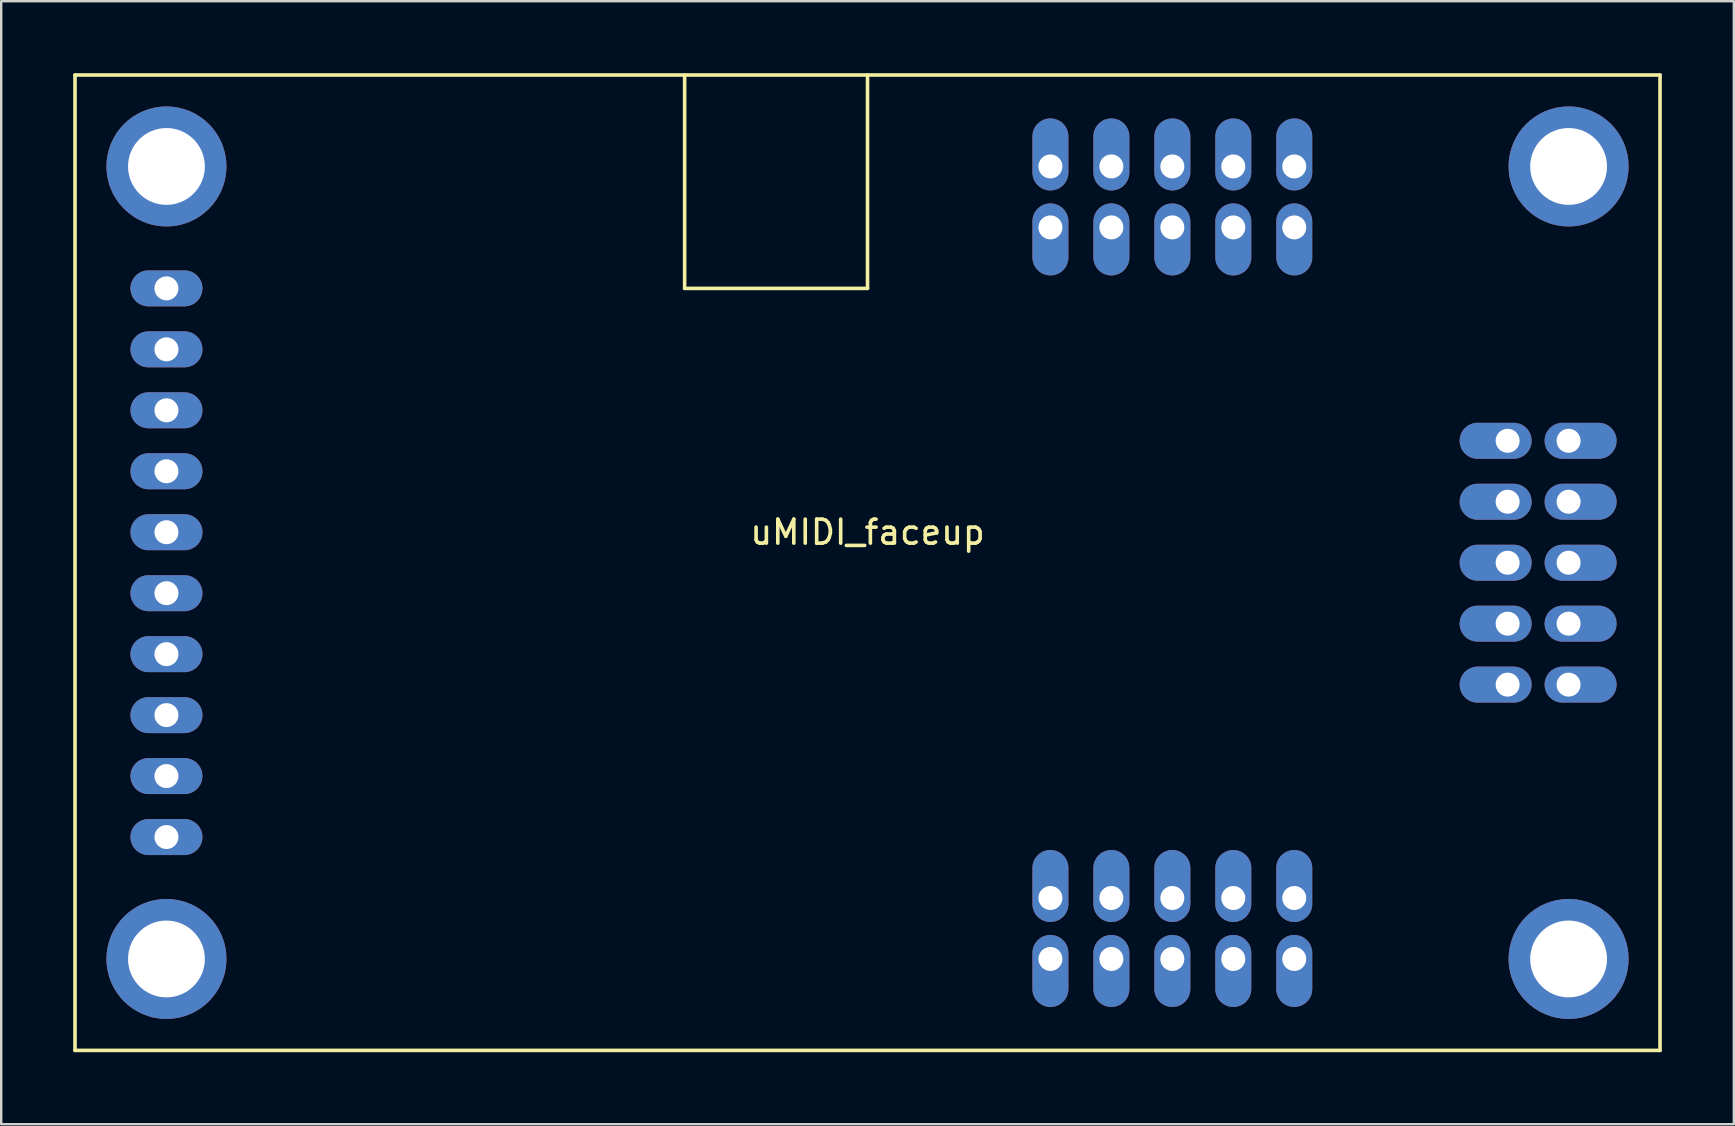
<source format=kicad_pcb>
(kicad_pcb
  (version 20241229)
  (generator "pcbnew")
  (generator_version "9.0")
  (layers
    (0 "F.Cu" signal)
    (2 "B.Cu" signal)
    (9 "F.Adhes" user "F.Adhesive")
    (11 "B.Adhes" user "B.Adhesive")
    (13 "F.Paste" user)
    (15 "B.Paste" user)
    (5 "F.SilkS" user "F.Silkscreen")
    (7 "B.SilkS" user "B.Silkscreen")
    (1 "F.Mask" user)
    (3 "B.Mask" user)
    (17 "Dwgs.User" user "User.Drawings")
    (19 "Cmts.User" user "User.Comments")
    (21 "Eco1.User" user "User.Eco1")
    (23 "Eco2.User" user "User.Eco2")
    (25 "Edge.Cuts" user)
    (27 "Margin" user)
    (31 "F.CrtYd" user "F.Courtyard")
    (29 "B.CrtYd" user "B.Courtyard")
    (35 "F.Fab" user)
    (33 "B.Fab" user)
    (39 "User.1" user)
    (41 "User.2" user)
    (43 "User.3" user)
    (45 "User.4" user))
  (footprint "uMIDI_faceup"
    (layer "F.Cu")
    (at 33.095 20.395)
    (property "Reference" "uMIDI_faceup" (at 0 -1.27 0) (layer "F.SilkS") (effects (font (size 1 1) (thickness 0.15))))
    (attr through_hole)
    (fp_line (start -33.02 20.32) (end -33.02 -20.32) (stroke (width 0.15) (type solid)) (layer "F.SilkS"))
    (fp_line (start -33.02 20.32) (end 33.02 20.32) (stroke (width 0.15) (type solid)) (layer "F.SilkS"))
    (fp_line (start -7.62 -20.32) (end -7.62 -11.43) (stroke (width 0.15) (type solid)) (layer "F.SilkS"))
    (fp_line (start -7.62 -11.43) (end 0 -11.43) (stroke (width 0.15) (type solid)) (layer "F.SilkS"))
    (fp_line (start 0 -20.32) (end 0 -11.43) (stroke (width 0.15) (type solid)) (layer "F.SilkS"))
    (fp_line (start 33.02 -20.32) (end -33.02 -20.32) (stroke (width 0.15) (type solid)) (layer "F.SilkS"))
    (fp_line (start 33.02 20.32) (end 33.02 -20.32) (stroke (width 0.15) (type solid)) (layer "F.SilkS"))
    (pad "" thru_hole circle (at -29.21 -16.51) (size 5 5) (drill 3.2) (layers "*.Cu" "*.Mask"))
    (pad "" thru_hole circle (at -29.21 16.51) (size 5 5) (drill 3.2) (layers "*.Cu" "*.Mask"))
    (pad "" thru_hole circle (at 29.21 -16.51) (size 5 5) (drill 3.2) (layers "*.Cu" "*.Mask"))
    (pad "" thru_hole circle (at 29.21 16.51) (size 5 5) (drill 3.2) (layers "*.Cu" "*.Mask"))
    (pad "1" thru_hole oval (at -29.21 -11.43) (size 3 1.5) (drill 1) (layers "*.Cu" "*.Mask"))
    (pad "2" thru_hole oval (at -29.21 -8.89) (size 3 1.5) (drill 1) (layers "*.Cu" "*.Mask"))
    (pad "3" thru_hole oval (at -29.21 -6.35) (size 3 1.5) (drill 1) (layers "*.Cu" "*.Mask"))
    (pad "4" thru_hole oval (at -29.21 -3.81) (size 3 1.5) (drill 1) (layers "*.Cu" "*.Mask"))
    (pad "5" thru_hole oval (at -29.21 -1.27) (size 3 1.5) (drill 1) (layers "*.Cu" "*.Mask"))
    (pad "6" thru_hole oval (at -29.21 1.27) (size 3 1.5) (drill 1) (layers "*.Cu" "*.Mask"))
    (pad "7" thru_hole oval (at -29.21 3.81) (size 3 1.5) (drill 1) (layers "*.Cu" "*.Mask"))
    (pad "8" thru_hole oval (at -29.21 6.35) (size 3 1.5) (drill 1) (layers "*.Cu" "*.Mask"))
    (pad "9" thru_hole oval (at -29.21 8.89) (size 3 1.5) (drill 1) (layers "*.Cu" "*.Mask"))
    (pad "10" thru_hole oval (at -29.21 11.43) (size 3 1.5) (drill 1) (layers "*.Cu" "*.Mask"))
    (pad "11" thru_hole oval (at 7.62 16.51) (size 1.5 3) (drill 1 (offset 0 0.5)) (layers "*.Cu" "*.Mask"))
    (pad "12" thru_hole oval (at 7.62 13.97) (size 1.5 3) (drill 1 (offset 0 -0.5)) (layers "*.Cu" "*.Mask"))
    (pad "13" thru_hole oval (at 10.16 16.51) (size 1.5 3) (drill 1 (offset 0 0.5)) (layers "*.Cu" "*.Mask"))
    (pad "14" thru_hole oval (at 10.16 13.97) (size 1.5 3) (drill 1 (offset 0 -0.5)) (layers "*.Cu" "*.Mask"))
    (pad "15" thru_hole oval (at 12.7 16.51) (size 1.5 3) (drill 1 (offset 0 0.5)) (layers "*.Cu" "*.Mask"))
    (pad "16" thru_hole oval (at 12.7 13.97) (size 1.5 3) (drill 1 (offset 0 -0.5)) (layers "*.Cu" "*.Mask"))
    (pad "17" thru_hole oval (at 15.24 16.51) (size 1.5 3) (drill 1 (offset 0 0.5)) (layers "*.Cu" "*.Mask"))
    (pad "18" thru_hole oval (at 15.24 13.97) (size 1.5 3) (drill 1 (offset 0 -0.5)) (layers "*.Cu" "*.Mask"))
    (pad "19" thru_hole oval (at 17.78 16.51) (size 1.5 3) (drill 1 (offset 0 0.5)) (layers "*.Cu" "*.Mask"))
    (pad "20" thru_hole oval (at 17.78 13.97) (size 1.5 3) (drill 1 (offset 0 -0.5)) (layers "*.Cu" "*.Mask"))
    (pad "21" thru_hole oval (at 29.21 5.08) (size 3 1.5) (drill 1 (offset 0.5 0)) (layers "*.Cu" "*.Mask"))
    (pad "22" thru_hole oval (at 26.67 5.08) (size 3 1.5) (drill 1 (offset -0.5 0)) (layers "*.Cu" "*.Mask"))
    (pad "23" thru_hole oval (at 29.21 2.54) (size 3 1.5) (drill 1 (offset 0.5 0)) (layers "*.Cu" "*.Mask"))
    (pad "24" thru_hole oval (at 26.67 2.54) (size 3 1.5) (drill 1 (offset -0.5 0)) (layers "*.Cu" "*.Mask"))
    (pad "25" thru_hole oval (at 29.21 0) (size 3 1.5) (drill 1 (offset 0.5 0)) (layers "*.Cu" "*.Mask"))
    (pad "26" thru_hole oval (at 26.67 0) (size 3 1.5) (drill 1 (offset -0.5 0)) (layers "*.Cu" "*.Mask"))
    (pad "27" thru_hole oval (at 29.21 -2.54) (size 3 1.5) (drill 1 (offset 0.5 0)) (layers "*.Cu" "*.Mask"))
    (pad "28" thru_hole oval (at 26.67 -2.54) (size 3 1.5) (drill 1 (offset -0.5 0)) (layers "*.Cu" "*.Mask"))
    (pad "29" thru_hole oval (at 29.21 -5.08) (size 3 1.5) (drill 1 (offset 0.5 0)) (layers "*.Cu" "*.Mask"))
    (pad "30" thru_hole oval (at 26.67 -5.08) (size 3 1.5) (drill 1 (offset -0.5 0)) (layers "*.Cu" "*.Mask"))
    (pad "31" thru_hole oval (at 17.78 -16.51) (size 1.5 3) (drill 1 (offset 0 -0.5)) (layers "*.Cu" "*.Mask"))
    (pad "32" thru_hole oval (at 17.78 -13.97) (size 1.5 3) (drill 1 (offset 0 0.5)) (layers "*.Cu" "*.Mask"))
    (pad "33" thru_hole oval (at 15.24 -16.51) (size 1.5 3) (drill 1 (offset 0 -0.5)) (layers "*.Cu" "*.Mask"))
    (pad "34" thru_hole oval (at 15.24 -13.97) (size 1.5 3) (drill 1 (offset 0 0.5)) (layers "*.Cu" "*.Mask"))
    (pad "35" thru_hole oval (at 12.7 -16.51) (size 1.5 3) (drill 1 (offset 0 -0.5)) (layers "*.Cu" "*.Mask"))
    (pad "36" thru_hole oval (at 12.7 -13.97) (size 1.5 3) (drill 1 (offset 0 0.5)) (layers "*.Cu" "*.Mask"))
    (pad "37" thru_hole oval (at 10.16 -16.51) (size 1.5 3) (drill 1 (offset 0 -0.5)) (layers "*.Cu" "*.Mask"))
    (pad "38" thru_hole oval (at 10.16 -13.97) (size 1.5 3) (drill 1 (offset 0 0.5)) (layers "*.Cu" "*.Mask"))
    (pad "39" thru_hole oval (at 7.62 -16.51) (size 1.5 3) (drill 1 (offset 0 -0.5)) (layers "*.Cu" "*.Mask"))
    (pad "40" thru_hole oval (at 7.62 -13.97) (size 1.5 3) (drill 1 (offset 0 0.5)) (layers "*.Cu" "*.Mask")))
  (gr_rect
    (start -3 -3)
    (end 69.19 43.79)
    (stroke (width 0.1) (type default))
    (fill no)
    (layer "Edge.Cuts")))
</source>
